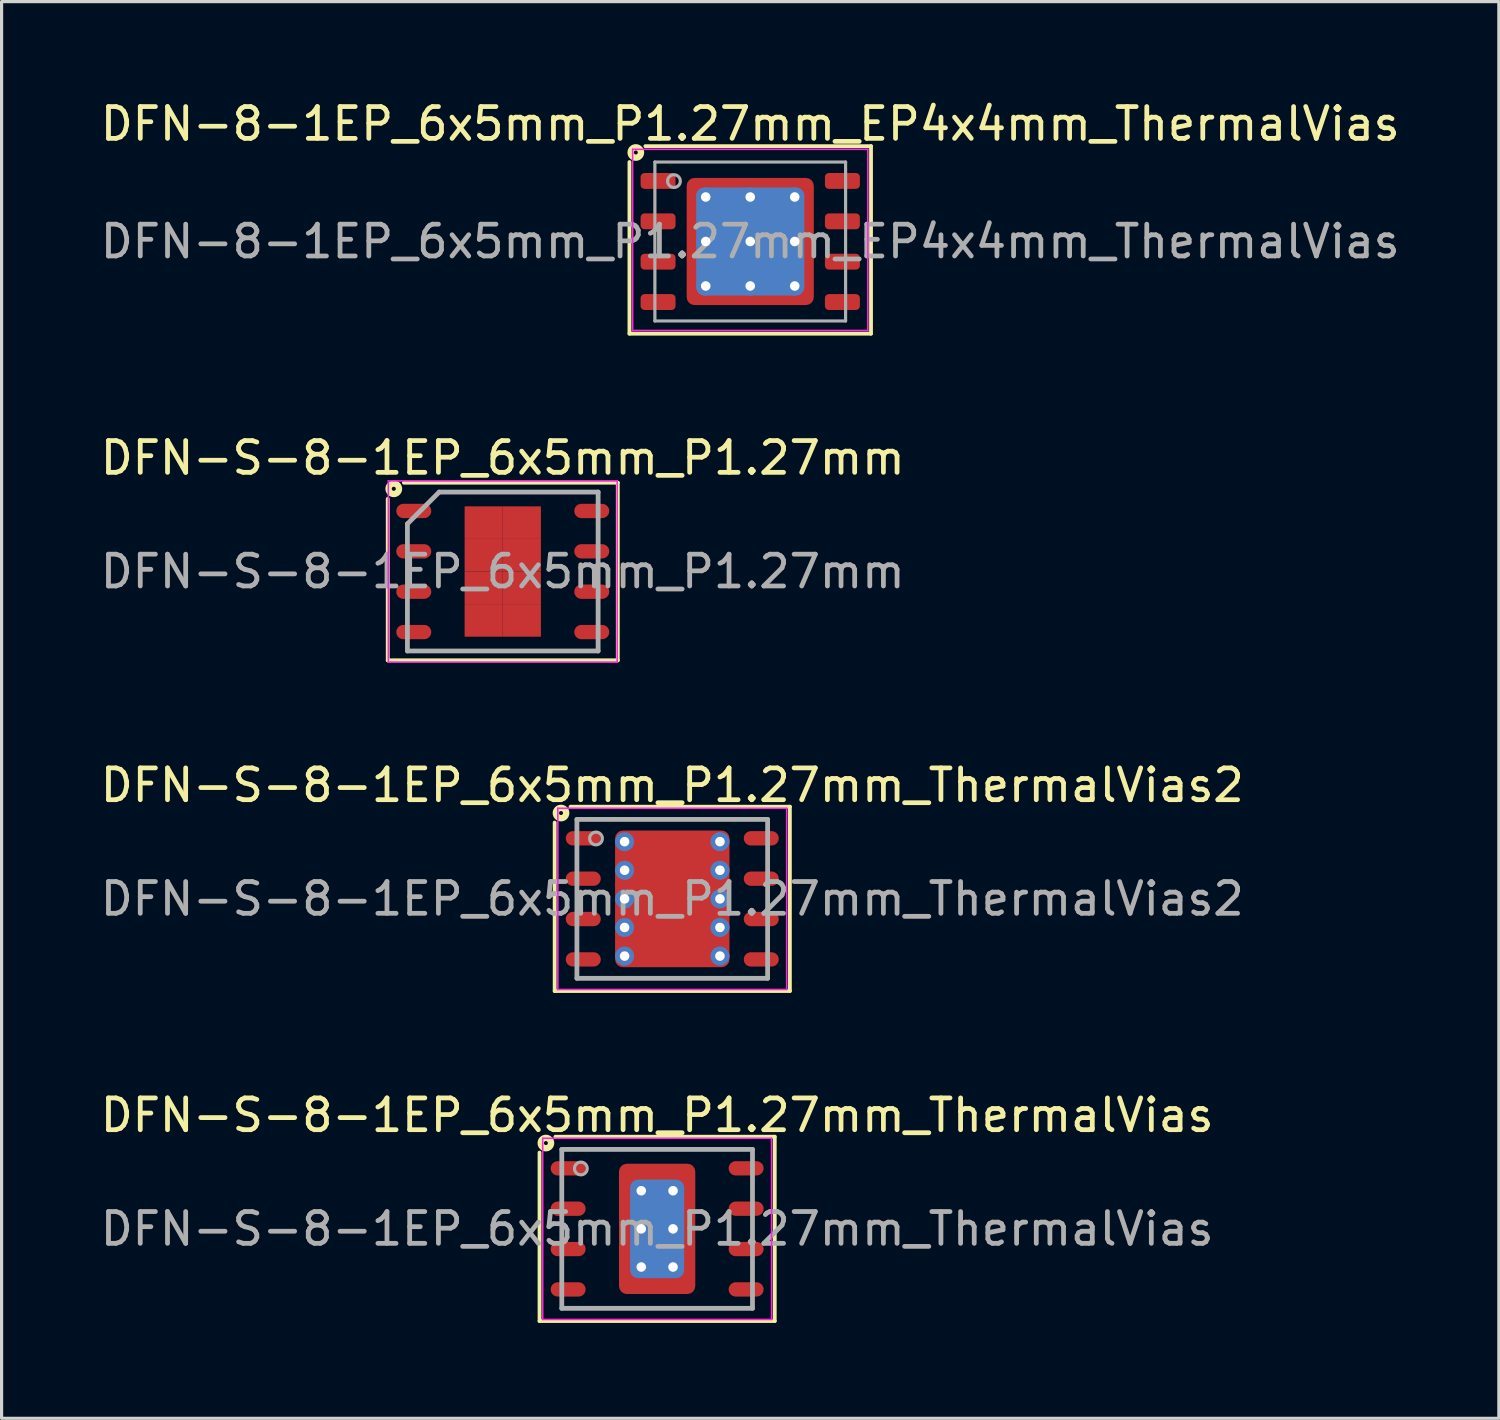
<source format=kicad_pcb>
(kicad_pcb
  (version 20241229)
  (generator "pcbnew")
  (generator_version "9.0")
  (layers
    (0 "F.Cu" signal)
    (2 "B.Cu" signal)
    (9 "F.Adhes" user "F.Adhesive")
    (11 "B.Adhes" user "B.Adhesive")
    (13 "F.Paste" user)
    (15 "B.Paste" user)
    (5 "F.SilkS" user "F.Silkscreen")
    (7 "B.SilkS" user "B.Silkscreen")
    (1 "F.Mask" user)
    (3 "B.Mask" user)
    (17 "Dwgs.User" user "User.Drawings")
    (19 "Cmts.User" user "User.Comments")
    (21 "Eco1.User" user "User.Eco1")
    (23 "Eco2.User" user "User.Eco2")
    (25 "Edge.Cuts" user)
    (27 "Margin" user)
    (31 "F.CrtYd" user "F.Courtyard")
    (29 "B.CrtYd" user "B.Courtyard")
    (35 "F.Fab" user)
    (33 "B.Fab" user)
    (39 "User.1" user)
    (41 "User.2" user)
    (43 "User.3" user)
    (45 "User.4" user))
  (footprint "DFN-8-1EP_6x5mm_P1.27mm_EP4x4mm_ThermalVias"
    (layer "F.Cu")
    (at 20.554 4.548)
    (property "Reference" "DFN-8-1EP_6x5mm_P1.27mm_EP4x4mm_ThermalVias" (at 0 -3.7 0) (layer "F.SilkS") (effects (font (size 1 1) (thickness 0.15))))
    (attr smd)
    (fp_line (start -3.8 2.9) (end -3.8 -2.5) (stroke (width 0.12) (type solid)) (layer "F.SilkS"))
    (fp_line (start -3.3 -3) (end 3.8 -3) (stroke (width 0.12) (type solid)) (layer "F.SilkS"))
    (fp_line (start 3.8 -3) (end 3.8 2.9) (stroke (width 0.12) (type solid)) (layer "F.SilkS"))
    (fp_line (start 3.8 2.9) (end -3.8 2.9) (stroke (width 0.12) (type solid)) (layer "F.SilkS"))
    (fp_circle (center -3.6 -2.8) (end -3.537 -2.8) (stroke (width 0.2) (type solid)) (fill no) (layer "F.SilkS"))
    (fp_line (start -3.7 -2.9) (end 3.7 -2.9) (stroke (width 0.05) (type solid)) (layer "F.CrtYd"))
    (fp_line (start -3.7 2.8) (end -3.7 -2.9) (stroke (width 0.05) (type solid)) (layer "F.CrtYd"))
    (fp_line (start 3.7 -2.9) (end 3.7 2.8) (stroke (width 0.05) (type solid)) (layer "F.CrtYd"))
    (fp_line (start 3.7 2.8) (end -3.7 2.8) (stroke (width 0.05) (type solid)) (layer "F.CrtYd"))
    (fp_line (start -3 -2.5) (end 3 -2.5) (stroke (width 0.1) (type solid)) (layer "F.Fab"))
    (fp_line (start -3 2.5) (end -3 -2.5) (stroke (width 0.1) (type solid)) (layer "F.Fab"))
    (fp_line (start 3 -2.5) (end 3 2.5) (stroke (width 0.1) (type solid)) (layer "F.Fab"))
    (fp_line (start 3 2.5) (end -3 2.5) (stroke (width 0.1) (type solid)) (layer "F.Fab"))
    (fp_circle (center -2.4 -1.9) (end -2.2 -1.9) (stroke (width 0.1) (type solid)) (fill no) (layer "F.Fab"))
    (fp_text user "${REFERENCE}" (at 0 0 0) (layer "F.Fab") (effects (font (size 1 1) (thickness 0.15))))
    (pad "" smd roundrect (at -1.5 -1.5 270) (size 0.8 0.8) (layers "F.Paste") (roundrect_rratio 0.25))
    (pad "" smd roundrect (at -1.5 -0.5 270) (size 0.8 0.8) (layers "F.Paste") (roundrect_rratio 0.25))
    (pad "" smd roundrect (at -1.5 0.5 270) (size 0.8 0.8) (layers "F.Paste") (roundrect_rratio 0.25))
    (pad "" smd roundrect (at -1.5 1.5 270) (size 0.8 0.8) (layers "F.Paste") (roundrect_rratio 0.25))
    (pad "" smd roundrect (at -0.5 -1.5 270) (size 0.8 0.8) (layers "F.Paste") (roundrect_rratio 0.25))
    (pad "" smd roundrect (at -0.5 -0.5 270) (size 0.8 0.8) (layers "F.Paste") (roundrect_rratio 0.25))
    (pad "" smd roundrect (at -0.5 0.5 270) (size 0.8 0.8) (layers "F.Paste") (roundrect_rratio 0.25))
    (pad "" smd roundrect (at -0.5 1.5 270) (size 0.8 0.8) (layers "F.Paste") (roundrect_rratio 0.25))
    (pad "" smd roundrect (at 0.5 -1.5 270) (size 0.8 0.8) (layers "F.Paste") (roundrect_rratio 0.25))
    (pad "" smd roundrect (at 0.5 -0.5 270) (size 0.8 0.8) (layers "F.Paste") (roundrect_rratio 0.25))
    (pad "" smd roundrect (at 0.5 0.5 270) (size 0.8 0.8) (layers "F.Paste") (roundrect_rratio 0.25))
    (pad "" smd roundrect (at 0.5 1.5 270) (size 0.8 0.8) (layers "F.Paste") (roundrect_rratio 0.25))
    (pad "" smd roundrect (at 1.5 -1.5 270) (size 0.8 0.8) (layers "F.Paste") (roundrect_rratio 0.25))
    (pad "" smd roundrect (at 1.5 -0.5 270) (size 0.8 0.8) (layers "F.Paste") (roundrect_rratio 0.25))
    (pad "" smd roundrect (at 1.5 0.5 270) (size 0.8 0.8) (layers "F.Paste") (roundrect_rratio 0.25))
    (pad "" smd roundrect (at 1.5 1.5 270) (size 0.8 0.8) (layers "F.Paste") (roundrect_rratio 0.25))
    (pad "1" smd roundrect (at -2.9 -1.905 270) (size 0.5 1.1) (layers "F.Cu" "F.Mask" "F.Paste") (roundrect_rratio 0.25))
    (pad "2" smd roundrect (at -2.9 -0.635 270) (size 0.5 1.1) (layers "F.Cu" "F.Mask" "F.Paste") (roundrect_rratio 0.25))
    (pad "3" smd roundrect (at -2.9 0.635 270) (size 0.5 1.1) (layers "F.Cu" "F.Mask" "F.Paste") (roundrect_rratio 0.25))
    (pad "4" smd roundrect (at -2.9 1.905 270) (size 0.5 1.1) (layers "F.Cu" "F.Mask" "F.Paste") (roundrect_rratio 0.25))
    (pad "5" smd roundrect (at 2.9 1.905 270) (size 0.5 1.1) (layers "F.Cu" "F.Mask" "F.Paste") (roundrect_rratio 0.25))
    (pad "6" smd roundrect (at 2.9 0.635 270) (size 0.5 1.1) (layers "F.Cu" "F.Mask" "F.Paste") (roundrect_rratio 0.25))
    (pad "7" smd roundrect (at 2.9 -0.635 270) (size 0.5 1.1) (layers "F.Cu" "F.Mask" "F.Paste") (roundrect_rratio 0.25))
    (pad "8" smd roundrect (at 2.9 -1.905 270) (size 0.5 1.1) (layers "F.Cu" "F.Mask" "F.Paste") (roundrect_rratio 0.25))
    (pad "9" thru_hole circle (at -1.4 -1.4) (size 0.6 0.6) (drill 0.3) (property pad_prop_heatsink) (layers "*.Cu"))
    (pad "9" thru_hole circle (at -1.4 0) (size 0.6 0.6) (drill 0.3) (property pad_prop_heatsink) (layers "*.Cu"))
    (pad "9" thru_hole circle (at -1.4 1.4) (size 0.6 0.6) (drill 0.3) (property pad_prop_heatsink) (layers "*.Cu"))
    (pad "9" thru_hole circle (at 0 -1.4) (size 0.6 0.6) (drill 0.3) (property pad_prop_heatsink) (layers "*.Cu"))
    (pad "9" thru_hole circle (at 0 0) (size 0.6 0.6) (drill 0.3) (property pad_prop_heatsink) (layers "*.Cu"))
    (pad "9" smd roundrect (at 0 0 270) (size 3.4 3.4) (layers "B.Cu" "B.Mask") (roundrect_rratio 0.074))
    (pad "9" smd roundrect (at 0 0 270) (size 4 4) (layers "F.Cu" "F.Mask") (roundrect_rratio 0.062))
    (pad "9" thru_hole circle (at 0 1.4) (size 0.6 0.6) (drill 0.3) (property pad_prop_heatsink) (layers "*.Cu"))
    (pad "9" thru_hole circle (at 1.4 -1.4) (size 0.6 0.6) (drill 0.3) (property pad_prop_heatsink) (layers "*.Cu"))
    (pad "9" thru_hole circle (at 1.4 0) (size 0.6 0.6) (drill 0.3) (property pad_prop_heatsink) (layers "*.Cu"))
    (pad "9" thru_hole circle (at 1.4 1.4) (size 0.6 0.6) (drill 0.3) (property pad_prop_heatsink) (layers "*.Cu")))
  (footprint "DFN-S-8-1EP_6x5mm_P1.27mm_ThermalVias"
    (layer "F.Cu")
    (at 17.625 35.613)
    (property "Reference" "DFN-S-8-1EP_6x5mm_P1.27mm_ThermalVias" (at 0 -3.575 0) (layer "F.SilkS") (effects (font (size 1 1) (thickness 0.15))))
    (attr smd)
    (fp_line (start -3.7 2.9) (end -3.7 -2.4) (stroke (width 0.12) (type solid)) (layer "F.SilkS"))
    (fp_line (start -3.2 -2.9) (end 3.7 -2.9) (stroke (width 0.12) (type solid)) (layer "F.SilkS"))
    (fp_line (start 3.7 -2.9) (end 3.7 2.9) (stroke (width 0.12) (type solid)) (layer "F.SilkS"))
    (fp_line (start 3.7 2.9) (end -3.7 2.9) (stroke (width 0.12) (type solid)) (layer "F.SilkS"))
    (fp_circle (center -3.5 -2.7) (end -3.437 -2.7) (stroke (width 0.2) (type solid)) (fill no) (layer "F.SilkS"))
    (fp_line (start -3.6 -2.85) (end -3.6 2.85) (stroke (width 0.05) (type solid)) (layer "F.CrtYd"))
    (fp_line (start -3.6 -2.85) (end 3.6 -2.85) (stroke (width 0.05) (type solid)) (layer "F.CrtYd"))
    (fp_line (start -3.6 2.85) (end 3.6 2.85) (stroke (width 0.05) (type solid)) (layer "F.CrtYd"))
    (fp_line (start 3.6 -2.85) (end 3.6 2.85) (stroke (width 0.05) (type solid)) (layer "F.CrtYd"))
    (fp_line (start -3 -2.5) (end 3 -2.5) (stroke (width 0.15) (type solid)) (layer "F.Fab"))
    (fp_line (start -3 2.5) (end -3 -2.5) (stroke (width 0.15) (type solid)) (layer "F.Fab"))
    (fp_line (start 3 -2.5) (end 3 2.5) (stroke (width 0.15) (type solid)) (layer "F.Fab"))
    (fp_line (start 3 2.5) (end -3 2.5) (stroke (width 0.15) (type solid)) (layer "F.Fab"))
    (fp_circle (center -2.4 -1.9) (end -2.2 -1.9) (stroke (width 0.1) (type solid)) (fill no) (layer "F.Fab"))
    (fp_text user "${REFERENCE}" (at 0 0 0) (layer "F.Fab") (effects (font (size 1 1) (thickness 0.15))))
    (pad "" smd roundrect (at -0.85 -1.625) (size 0.5 0.65) (layers "F.Paste") (roundrect_rratio 0.25))
    (pad "" smd roundrect (at -0.85 -0.6) (size 0.5 1) (layers "F.Paste") (roundrect_rratio 0.25))
    (pad "" smd roundrect (at -0.85 0.6) (size 0.5 1) (layers "F.Paste") (roundrect_rratio 0.25))
    (pad "" smd roundrect (at -0.85 1.625) (size 0.5 0.65) (layers "F.Paste") (roundrect_rratio 0.25))
    (pad "" smd roundrect (at 0 -1.625) (size 0.8 0.65) (layers "F.Paste") (roundrect_rratio 0.25))
    (pad "" smd roundrect (at 0 -0.6) (size 0.8 1) (layers "F.Paste") (roundrect_rratio 0.25))
    (pad "" smd roundrect (at 0 0.6) (size 0.8 1) (layers "F.Paste") (roundrect_rratio 0.25))
    (pad "" smd roundrect (at 0 1.625) (size 0.8 0.65) (layers "F.Paste") (roundrect_rratio 0.25))
    (pad "" smd roundrect (at 0.85 -1.625) (size 0.5 0.65) (layers "F.Paste") (roundrect_rratio 0.25))
    (pad "" smd roundrect (at 0.85 -0.6) (size 0.5 1) (layers "F.Paste") (roundrect_rratio 0.25))
    (pad "" smd roundrect (at 0.85 0.6) (size 0.5 1) (layers "F.Paste") (roundrect_rratio 0.25))
    (pad "" smd roundrect (at 0.85 1.625) (size 0.5 0.65) (layers "F.Paste") (roundrect_rratio 0.25))
    (pad "1" smd oval (at -2.8 -1.905) (size 1.1 0.45) (layers "F.Cu" "F.Mask" "F.Paste"))
    (pad "2" smd oval (at -2.8 -0.635) (size 1.1 0.45) (layers "F.Cu" "F.Mask" "F.Paste"))
    (pad "3" smd oval (at -2.8 0.635) (size 1.1 0.45) (layers "F.Cu" "F.Mask" "F.Paste"))
    (pad "4" smd oval (at -2.8 1.905) (size 1.1 0.45) (layers "F.Cu" "F.Mask" "F.Paste"))
    (pad "5" smd oval (at 2.8 1.905) (size 1.1 0.45) (layers "F.Cu" "F.Mask" "F.Paste"))
    (pad "6" smd oval (at 2.8 0.635) (size 1.1 0.45) (layers "F.Cu" "F.Mask" "F.Paste"))
    (pad "7" smd oval (at 2.8 -0.635) (size 1.1 0.45) (layers "F.Cu" "F.Mask" "F.Paste"))
    (pad "8" smd oval (at 2.8 -1.905) (size 1.1 0.45) (layers "F.Cu" "F.Mask" "F.Paste"))
    (pad "9" thru_hole circle (at -0.5 -1.2) (size 0.65 0.65) (drill 0.3) (property pad_prop_heatsink) (layers "*.Cu"))
    (pad "9" thru_hole circle (at -0.5 0) (size 0.65 0.65) (drill 0.3) (property pad_prop_heatsink) (layers "*.Cu"))
    (pad "9" thru_hole circle (at -0.5 1.2) (size 0.65 0.65) (drill 0.3) (property pad_prop_heatsink) (layers "*.Cu"))
    (pad "9" smd roundrect (at 0 0) (size 1.7 3.1) (layers "B.Cu" "B.Mask") (roundrect_rratio 0.147))
    (pad "9" smd roundrect (at 0 0) (size 2.4 4.1) (layers "F.Cu" "F.Mask") (roundrect_rratio 0.104))
    (pad "9" thru_hole circle (at 0.5 -1.2) (size 0.65 0.65) (drill 0.3) (property pad_prop_heatsink) (layers "*.Cu"))
    (pad "9" thru_hole circle (at 0.5 0) (size 0.65 0.65) (drill 0.3) (property pad_prop_heatsink) (layers "*.Cu"))
    (pad "9" thru_hole circle (at 0.5 1.2) (size 0.65 0.65) (drill 0.3) (property pad_prop_heatsink) (layers "*.Cu")))
  (footprint "DFN-S-8-1EP_6x5mm_P1.27mm"
    (layer "F.Cu")
    (at 12.768 14.931)
    (property "Reference" "DFN-S-8-1EP_6x5mm_P1.27mm" (at 0 -3.575 0) (layer "F.SilkS") (effects (font (size 1 1) (thickness 0.15))))
    (attr smd)
    (fp_line (start -3.619 2.794) (end -3.619 -2.286) (stroke (width 0.12) (type solid)) (layer "F.SilkS"))
    (fp_line (start -3.111 -2.794) (end 3.619 -2.794) (stroke (width 0.12) (type solid)) (layer "F.SilkS"))
    (fp_line (start 3.619 -2.794) (end 3.619 2.794) (stroke (width 0.12) (type solid)) (layer "F.SilkS"))
    (fp_line (start 3.619 2.794) (end -3.619 2.794) (stroke (width 0.12) (type solid)) (layer "F.SilkS"))
    (fp_circle (center -3.429 -2.603) (end -3.365 -2.603) (stroke (width 0.2) (type solid)) (fill no) (layer "F.SilkS"))
    (fp_line (start -3.6 -2.85) (end -3.6 2.85) (stroke (width 0.05) (type solid)) (layer "F.CrtYd"))
    (fp_line (start -3.6 -2.85) (end 3.6 -2.85) (stroke (width 0.05) (type solid)) (layer "F.CrtYd"))
    (fp_line (start -3.6 2.85) (end 3.6 2.85) (stroke (width 0.05) (type solid)) (layer "F.CrtYd"))
    (fp_line (start 3.6 -2.85) (end 3.6 2.85) (stroke (width 0.05) (type solid)) (layer "F.CrtYd"))
    (fp_line (start -3 -1.5) (end -2 -2.5) (stroke (width 0.15) (type solid)) (layer "F.Fab"))
    (fp_line (start -3 2.5) (end -3 -1.5) (stroke (width 0.15) (type solid)) (layer "F.Fab"))
    (fp_line (start -2 -2.5) (end 3 -2.5) (stroke (width 0.15) (type solid)) (layer "F.Fab"))
    (fp_line (start 3 -2.5) (end 3 2.5) (stroke (width 0.15) (type solid)) (layer "F.Fab"))
    (fp_line (start 3 2.5) (end -3 2.5) (stroke (width 0.15) (type solid)) (layer "F.Fab"))
    (fp_text user "${REFERENCE}" (at 0 0 0) (layer "F.Fab") (effects (font (size 1 1) (thickness 0.15))))
    (pad "1" smd oval (at -2.8 -1.905) (size 1.1 0.45) (layers "F.Cu" "F.Mask" "F.Paste"))
    (pad "2" smd oval (at -2.8 -0.635) (size 1.1 0.45) (layers "F.Cu" "F.Mask" "F.Paste"))
    (pad "3" smd oval (at -2.8 0.635) (size 1.1 0.45) (layers "F.Cu" "F.Mask" "F.Paste"))
    (pad "4" smd oval (at -2.8 1.905) (size 1.1 0.45) (layers "F.Cu" "F.Mask" "F.Paste"))
    (pad "5" smd oval (at 2.8 1.905) (size 1.1 0.45) (layers "F.Cu" "F.Mask" "F.Paste"))
    (pad "6" smd oval (at 2.8 0.635) (size 1.1 0.45) (layers "F.Cu" "F.Mask" "F.Paste"))
    (pad "7" smd oval (at 2.8 -0.635) (size 1.1 0.45) (layers "F.Cu" "F.Mask" "F.Paste"))
    (pad "8" smd oval (at 2.8 -1.905) (size 1.1 0.45) (layers "F.Cu" "F.Mask" "F.Paste"))
    (pad "9" smd rect (at -0.6 -1.538) (size 1.2 1.025) (layers "F.Cu" "F.Mask" "F.Paste"))
    (pad "9" smd rect (at -0.6 -0.512) (size 1.2 1.025) (layers "F.Cu" "F.Mask" "F.Paste"))
    (pad "9" smd rect (at -0.6 0.512) (size 1.2 1.025) (layers "F.Cu" "F.Mask" "F.Paste"))
    (pad "9" smd rect (at -0.6 1.538) (size 1.2 1.025) (layers "F.Cu" "F.Mask" "F.Paste"))
    (pad "9" smd rect (at 0.6 -1.538) (size 1.2 1.025) (layers "F.Cu" "F.Mask" "F.Paste"))
    (pad "9" smd rect (at 0.6 -0.512) (size 1.2 1.025) (layers "F.Cu" "F.Mask" "F.Paste"))
    (pad "9" smd rect (at 0.6 0.512) (size 1.2 1.025) (layers "F.Cu" "F.Mask" "F.Paste"))
    (pad "9" smd rect (at 0.6 1.538) (size 1.2 1.025) (layers "F.Cu" "F.Mask" "F.Paste")))
  (footprint "DFN-S-8-1EP_6x5mm_P1.27mm_ThermalVias2"
    (layer "F.Cu")
    (at 18.101 25.23)
    (property "Reference" "DFN-S-8-1EP_6x5mm_P1.27mm_ThermalVias2" (at 0 -3.575 0) (layer "F.SilkS") (effects (font (size 1 1) (thickness 0.15))))
    (attr smd)
    (fp_line (start -3.7 2.9) (end -3.7 -2.4) (stroke (width 0.12) (type solid)) (layer "F.SilkS"))
    (fp_line (start -3.2 -2.9) (end 3.7 -2.9) (stroke (width 0.12) (type solid)) (layer "F.SilkS"))
    (fp_line (start 3.7 -2.9) (end 3.7 2.9) (stroke (width 0.12) (type solid)) (layer "F.SilkS"))
    (fp_line (start 3.7 2.9) (end -3.7 2.9) (stroke (width 0.12) (type solid)) (layer "F.SilkS"))
    (fp_circle (center -3.5 -2.7) (end -3.437 -2.7) (stroke (width 0.2) (type solid)) (fill no) (layer "F.SilkS"))
    (fp_line (start -3.6 -2.85) (end -3.6 2.85) (stroke (width 0.05) (type solid)) (layer "F.CrtYd"))
    (fp_line (start -3.6 -2.85) (end 3.6 -2.85) (stroke (width 0.05) (type solid)) (layer "F.CrtYd"))
    (fp_line (start -3.6 2.85) (end 3.6 2.85) (stroke (width 0.05) (type solid)) (layer "F.CrtYd"))
    (fp_line (start 3.6 -2.85) (end 3.6 2.85) (stroke (width 0.05) (type solid)) (layer "F.CrtYd"))
    (fp_line (start -3 -2.5) (end 3 -2.5) (stroke (width 0.15) (type solid)) (layer "F.Fab"))
    (fp_line (start -3 2.5) (end -3 -2.5) (stroke (width 0.15) (type solid)) (layer "F.Fab"))
    (fp_line (start 3 -2.5) (end 3 2.5) (stroke (width 0.15) (type solid)) (layer "F.Fab"))
    (fp_line (start 3 2.5) (end -3 2.5) (stroke (width 0.15) (type solid)) (layer "F.Fab"))
    (fp_circle (center -2.4 -1.9) (end -2.2 -1.9) (stroke (width 0.1) (type solid)) (fill no) (layer "F.Fab"))
    (fp_text user "${REFERENCE}" (at 0 0 0) (layer "F.Fab") (effects (font (size 1 1) (thickness 0.15))))
    (pad "" smd roundrect (at -0.6 -1.5) (size 0.9 0.7) (layers "F.Paste") (roundrect_rratio 0.25))
    (pad "" smd roundrect (at -0.6 -0.5) (size 0.9 0.7) (layers "F.Paste") (roundrect_rratio 0.25))
    (pad "" smd roundrect (at -0.6 0.5) (size 0.9 0.7) (layers "F.Paste") (roundrect_rratio 0.25))
    (pad "" smd roundrect (at -0.6 1.5) (size 0.9 0.7) (layers "F.Paste") (roundrect_rratio 0.25))
    (pad "" smd roundrect (at 0 0) (size 2.4 4.1) (layers "F.Mask") (roundrect_rratio 0.104))
    (pad "" smd roundrect (at 0.6 -1.5) (size 0.9 0.7) (layers "F.Paste") (roundrect_rratio 0.25))
    (pad "" smd roundrect (at 0.6 -0.5) (size 0.9 0.7) (layers "F.Paste") (roundrect_rratio 0.25))
    (pad "" smd roundrect (at 0.6 0.5) (size 0.9 0.7) (layers "F.Paste") (roundrect_rratio 0.25))
    (pad "" smd roundrect (at 0.6 1.5) (size 0.9 0.7) (layers "F.Paste") (roundrect_rratio 0.25))
    (pad "1" smd oval (at -2.8 -1.905) (size 1.1 0.45) (layers "F.Cu" "F.Mask" "F.Paste"))
    (pad "2" smd oval (at -2.8 -0.635) (size 1.1 0.45) (layers "F.Cu" "F.Mask" "F.Paste"))
    (pad "3" smd oval (at -2.8 0.635) (size 1.1 0.45) (layers "F.Cu" "F.Mask" "F.Paste"))
    (pad "4" smd oval (at -2.8 1.905) (size 1.1 0.45) (layers "F.Cu" "F.Mask" "F.Paste"))
    (pad "5" smd oval (at 2.8 1.905) (size 1.1 0.45) (layers "F.Cu" "F.Mask" "F.Paste"))
    (pad "6" smd oval (at 2.8 0.635) (size 1.1 0.45) (layers "F.Cu" "F.Mask" "F.Paste"))
    (pad "7" smd oval (at 2.8 -0.635) (size 1.1 0.45) (layers "F.Cu" "F.Mask" "F.Paste"))
    (pad "8" smd oval (at 2.8 -1.905) (size 1.1 0.45) (layers "F.Cu" "F.Mask" "F.Paste"))
    (pad "9" thru_hole circle (at -1.5 -1.8) (size 0.6 0.6) (drill 0.3) (property pad_prop_heatsink) (layers "*.Cu" "*.Mask"))
    (pad "9" thru_hole circle (at -1.5 -0.9) (size 0.6 0.6) (drill 0.3) (property pad_prop_heatsink) (layers "*.Cu" "*.Mask"))
    (pad "9" thru_hole circle (at -1.5 0) (size 0.6 0.6) (drill 0.3) (property pad_prop_heatsink) (layers "*.Cu" "*.Mask"))
    (pad "9" thru_hole circle (at -1.5 0.9) (size 0.6 0.6) (drill 0.3) (property pad_prop_heatsink) (layers "*.Cu" "*.Mask"))
    (pad "9" thru_hole circle (at -1.5 1.8) (size 0.6 0.6) (drill 0.3) (property pad_prop_heatsink) (layers "*.Cu" "*.Mask"))
    (pad "9" smd roundrect (at 0 0) (size 3.6 4.3) (layers "F.Cu") (roundrect_rratio 0.069))
    (pad "9" thru_hole circle (at 1.5 -1.8) (size 0.6 0.6) (drill 0.3) (property pad_prop_heatsink) (layers "*.Cu" "*.Mask"))
    (pad "9" thru_hole circle (at 1.5 -0.9) (size 0.6 0.6) (drill 0.3) (property pad_prop_heatsink) (layers "*.Cu" "*.Mask"))
    (pad "9" thru_hole circle (at 1.5 0) (size 0.6 0.6) (drill 0.3) (property pad_prop_heatsink) (layers "*.Cu" "*.Mask"))
    (pad "9" thru_hole circle (at 1.5 0.9) (size 0.6 0.6) (drill 0.3) (property pad_prop_heatsink) (layers "*.Cu" "*.Mask"))
    (pad "9" thru_hole circle (at 1.5 1.8) (size 0.6 0.6) (drill 0.3) (property pad_prop_heatsink) (layers "*.Cu" "*.Mask")))
  (gr_rect
    (start -3 -3)
    (end 44.107 41.573)
    (stroke (width 0.1) (type default))
    (fill no)
    (layer "Edge.Cuts")))
</source>
